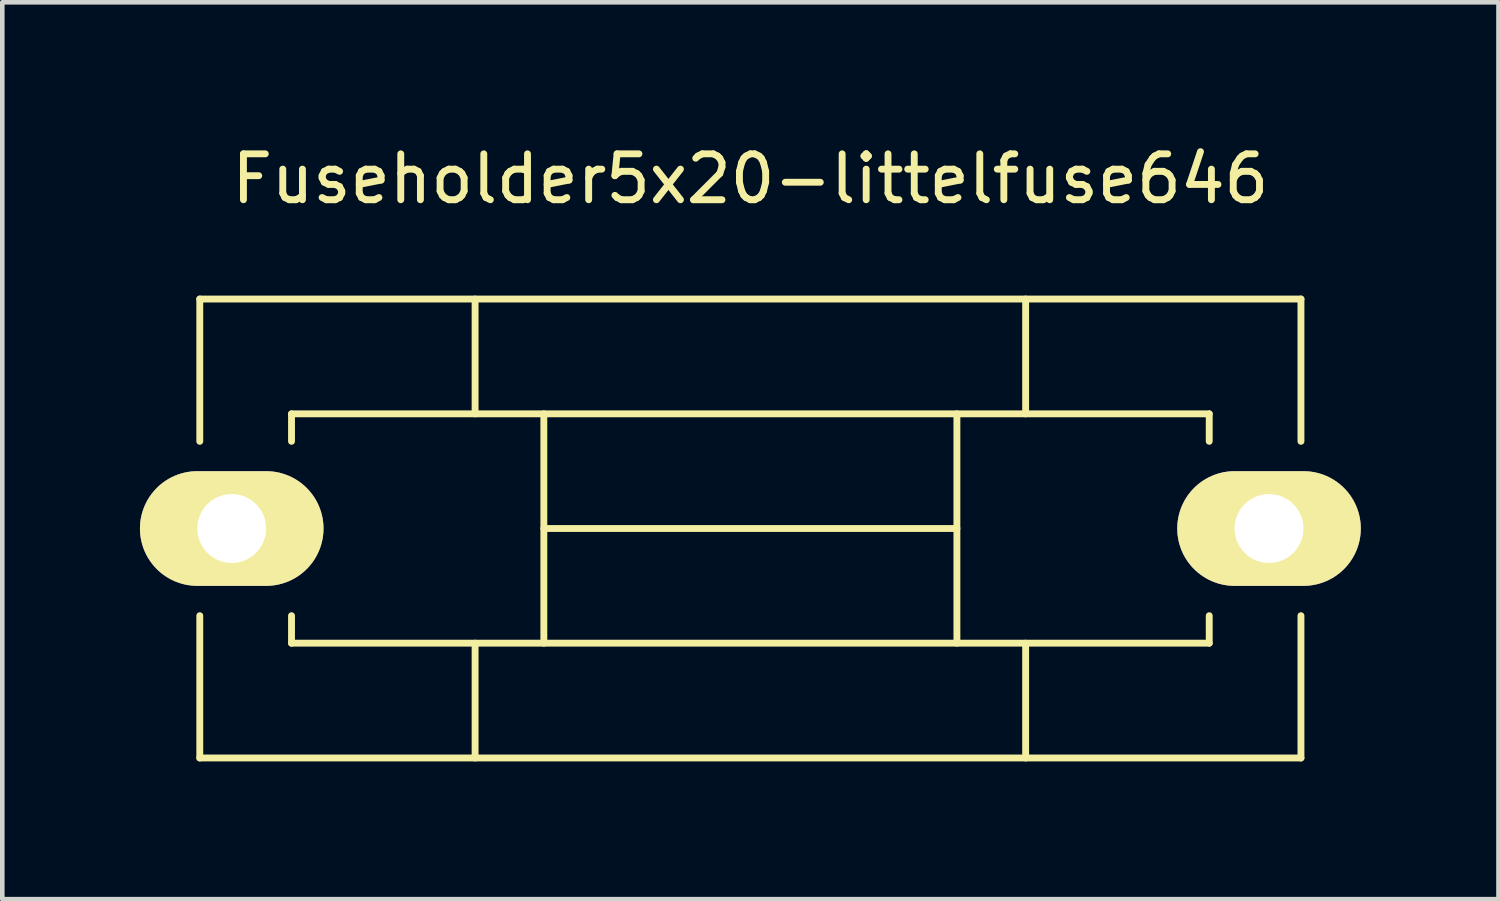
<source format=kicad_pcb>
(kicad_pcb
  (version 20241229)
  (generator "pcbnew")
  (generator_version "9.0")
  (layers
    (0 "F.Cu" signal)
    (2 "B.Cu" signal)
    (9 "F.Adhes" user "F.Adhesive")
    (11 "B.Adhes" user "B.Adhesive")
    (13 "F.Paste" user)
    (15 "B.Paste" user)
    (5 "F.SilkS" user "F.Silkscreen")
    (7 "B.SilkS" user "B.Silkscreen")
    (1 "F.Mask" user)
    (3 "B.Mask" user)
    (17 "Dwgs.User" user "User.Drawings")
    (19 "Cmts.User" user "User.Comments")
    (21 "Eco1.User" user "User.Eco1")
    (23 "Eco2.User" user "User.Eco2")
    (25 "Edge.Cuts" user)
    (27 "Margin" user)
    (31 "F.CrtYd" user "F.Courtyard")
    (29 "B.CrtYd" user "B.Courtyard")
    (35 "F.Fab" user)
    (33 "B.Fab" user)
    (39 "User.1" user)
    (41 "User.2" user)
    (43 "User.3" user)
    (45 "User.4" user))
  (footprint "Fuseholder5x20-littelfuse646"
    (layer "F.Cu")
    (at 2 8.468)
    (property "Reference" "Fuseholder5x20-littelfuse646" (at 11.303 -7.62 0) (layer "F.SilkS") (effects (font (size 1 1) (thickness 0.15))))
    (attr through_hole)
    (fp_line (start -0.696 -5.001) (end -0.696 -1.9) (stroke (width 0.15) (type solid)) (layer "F.SilkS"))
    (fp_line (start -0.696 1.9) (end -0.696 5.001) (stroke (width 0.15) (type solid)) (layer "F.SilkS"))
    (fp_line (start -0.696 5.001) (end 23.302 5.001) (stroke (width 0.15) (type solid)) (layer "F.SilkS"))
    (fp_line (start 1.303 -2.499) (end 1.303 -1.9) (stroke (width 0.15) (type solid)) (layer "F.SilkS"))
    (fp_line (start 1.303 1.9) (end 1.303 2.499) (stroke (width 0.15) (type solid)) (layer "F.SilkS"))
    (fp_line (start 1.303 2.499) (end 21.303 2.499) (stroke (width 0.15) (type solid)) (layer "F.SilkS"))
    (fp_line (start 5.304 -2.499) (end 5.304 -5.001) (stroke (width 0.15) (type solid)) (layer "F.SilkS"))
    (fp_line (start 5.304 5.001) (end 5.304 2.499) (stroke (width 0.15) (type solid)) (layer "F.SilkS"))
    (fp_line (start 6.802 -2.499) (end 6.802 2.499) (stroke (width 0.15) (type solid)) (layer "F.SilkS"))
    (fp_line (start 6.802 0) (end 15.804 0) (stroke (width 0.15) (type solid)) (layer "F.SilkS"))
    (fp_line (start 15.804 -2.499) (end 15.804 2.499) (stroke (width 0.15) (type solid)) (layer "F.SilkS"))
    (fp_line (start 17.302 -5.001) (end 17.302 -2.499) (stroke (width 0.15) (type solid)) (layer "F.SilkS"))
    (fp_line (start 17.302 5.001) (end 17.302 2.499) (stroke (width 0.15) (type solid)) (layer "F.SilkS"))
    (fp_line (start 21.303 -2.499) (end 1.303 -2.499) (stroke (width 0.15) (type solid)) (layer "F.SilkS"))
    (fp_line (start 21.303 -1.9) (end 21.303 -2.499) (stroke (width 0.15) (type solid)) (layer "F.SilkS"))
    (fp_line (start 21.303 2.499) (end 21.303 1.9) (stroke (width 0.15) (type solid)) (layer "F.SilkS"))
    (fp_line (start 23.302 -5.001) (end -0.696 -5.001) (stroke (width 0.15) (type solid)) (layer "F.SilkS"))
    (fp_line (start 23.302 -1.9) (end 23.302 -5.001) (stroke (width 0.15) (type solid)) (layer "F.SilkS"))
    (fp_line (start 23.302 5.001) (end 23.302 1.9) (stroke (width 0.15) (type solid)) (layer "F.SilkS"))
    (pad "1" thru_hole oval (at 0 0 270) (size 2.499 4) (drill 1.501) (layers "*.Cu" "*.Mask" "F.SilkS"))
    (pad "2" thru_hole oval (at 22.606 0 270) (size 2.499 4) (drill 1.501) (layers "*.Cu" "*.Mask" "F.SilkS")))
  (gr_rect
    (start -3 -3)
    (end 29.607 16.545)
    (stroke (width 0.1) (type default))
    (fill no)
    (layer "Edge.Cuts")))
</source>
